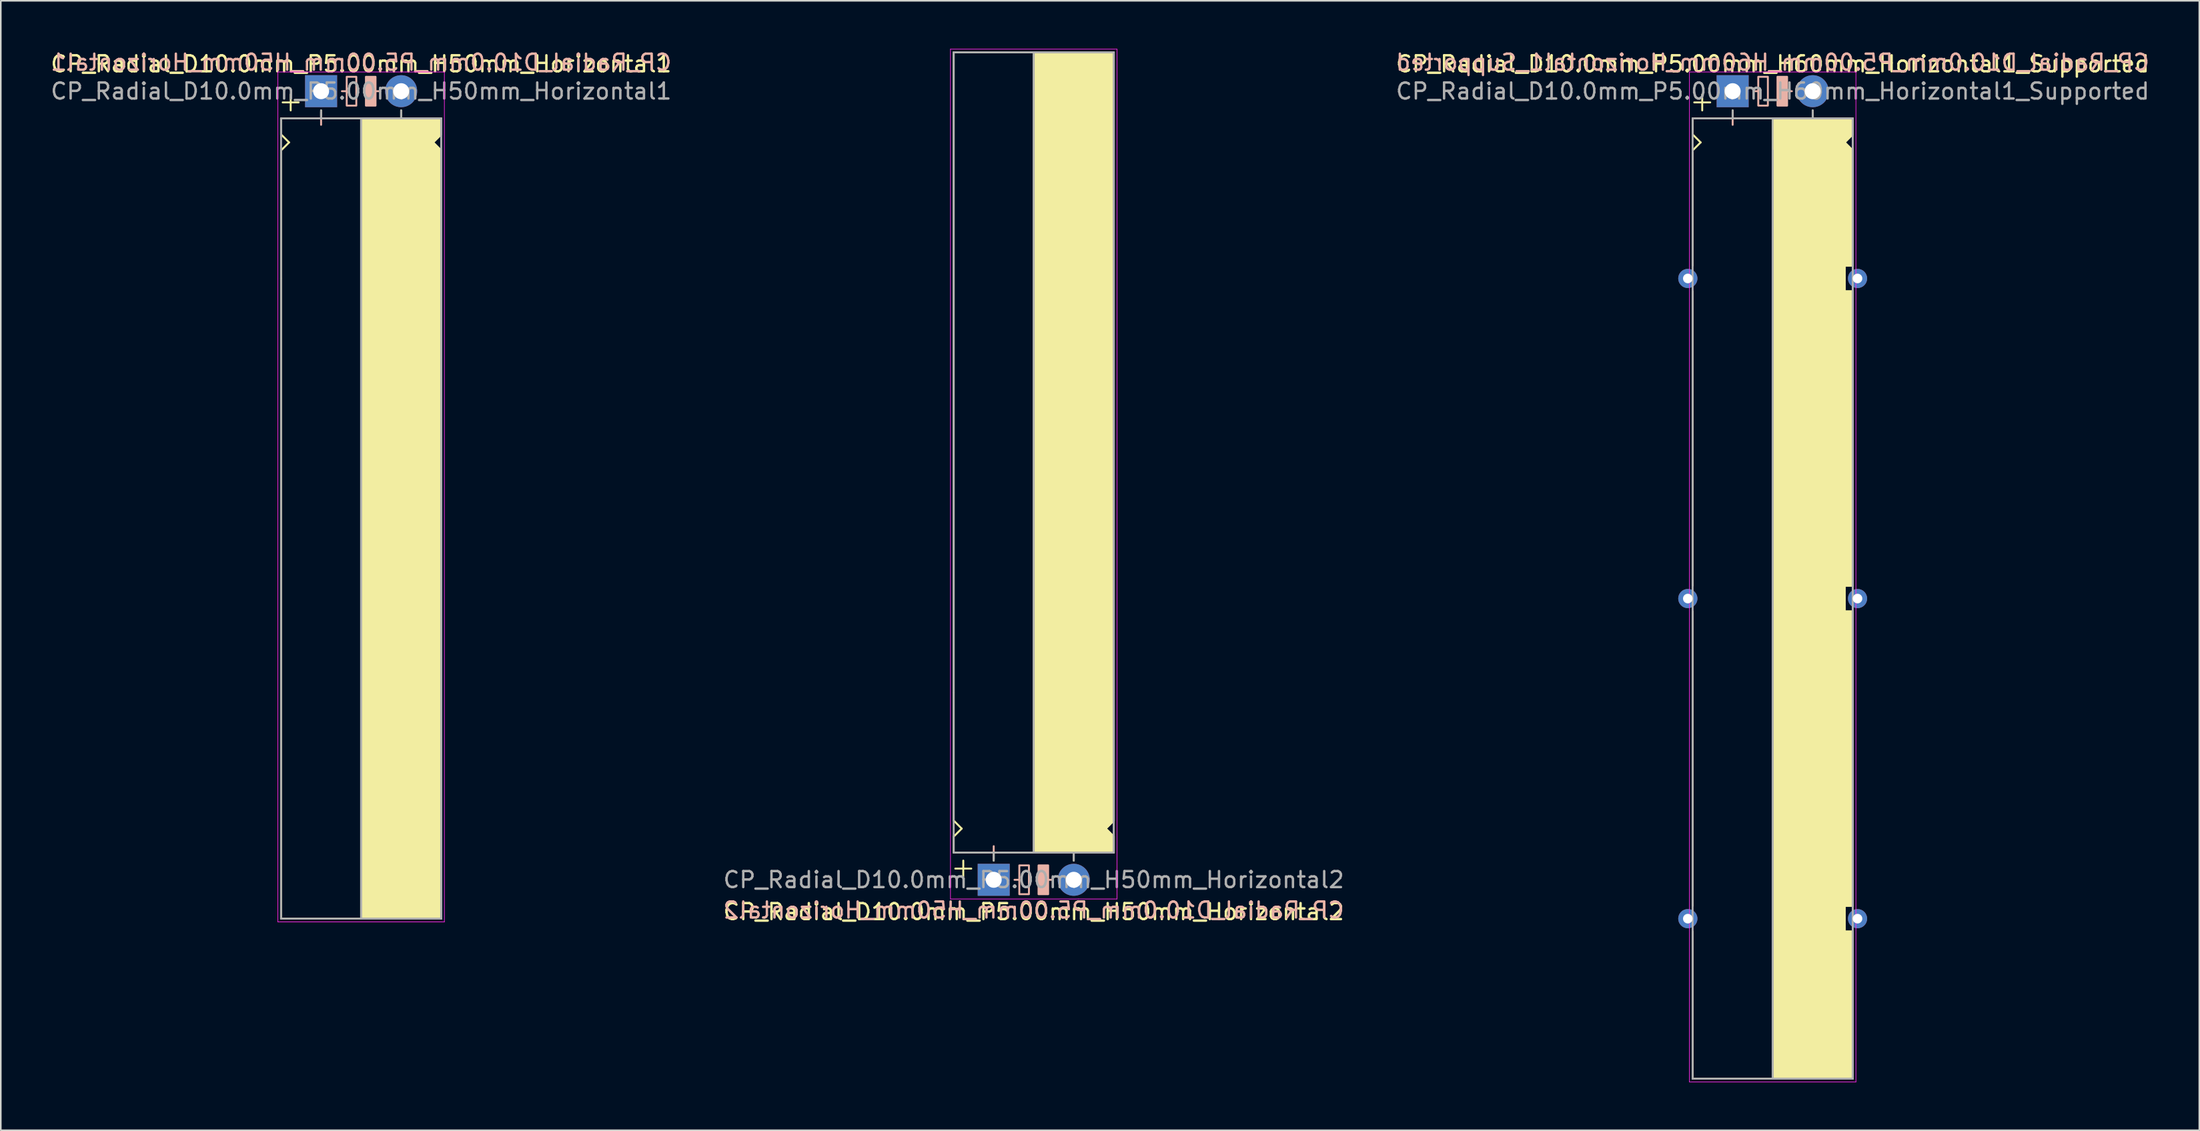
<source format=kicad_pcb>
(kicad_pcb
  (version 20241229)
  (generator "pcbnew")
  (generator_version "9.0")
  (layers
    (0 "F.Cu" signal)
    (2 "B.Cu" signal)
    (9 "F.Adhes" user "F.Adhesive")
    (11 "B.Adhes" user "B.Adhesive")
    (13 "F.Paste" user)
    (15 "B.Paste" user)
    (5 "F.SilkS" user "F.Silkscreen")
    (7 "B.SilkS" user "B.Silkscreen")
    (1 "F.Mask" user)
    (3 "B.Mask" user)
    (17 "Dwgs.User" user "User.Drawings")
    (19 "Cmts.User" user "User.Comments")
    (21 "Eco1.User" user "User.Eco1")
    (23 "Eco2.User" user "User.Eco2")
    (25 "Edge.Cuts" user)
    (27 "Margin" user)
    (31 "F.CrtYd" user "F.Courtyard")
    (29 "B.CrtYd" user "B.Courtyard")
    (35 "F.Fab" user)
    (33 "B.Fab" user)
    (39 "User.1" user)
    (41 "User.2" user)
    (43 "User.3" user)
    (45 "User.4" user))
  (footprint "CP_Radial_D10.0mm_P5.00mm_H50mm_Horizontal1"
    (layer "F.Cu")
    (at 17.006 2.648)
    (property "Reference" "CP_Radial_D10.0mm_P5.00mm_H50mm_Horizontal1" (at 2.5 -1.7 0) (layer "F.SilkS") (effects (font (size 1 1) (thickness 0.15))))
    (fp_line (start -2.5 1.7) (end -2.5 2.7) (stroke (width 0.12) (type solid)) (layer "F.SilkS"))
    (fp_line (start -2.5 2.7) (end -2 3.2) (stroke (width 0.12) (type solid)) (layer "F.SilkS"))
    (fp_line (start -2.5 3.7) (end -2.5 11.7) (stroke (width 0.12) (type solid)) (layer "F.SilkS"))
    (fp_line (start -2.5 11.7) (end -2.5 51.7) (stroke (width 0.12) (type solid)) (layer "F.SilkS"))
    (fp_line (start -2.5 51.7) (end 7.5 51.7) (stroke (width 0.12) (type solid)) (layer "F.SilkS"))
    (fp_line (start -2 3.2) (end -2.5 3.7) (stroke (width 0.12) (type solid)) (layer "F.SilkS"))
    (fp_line (start -1.9 0.2) (end -1.9 1.2) (stroke (width 0.12) (type solid)) (layer "F.SilkS"))
    (fp_line (start -1.4 0.7) (end -2.4 0.7) (stroke (width 0.12) (type solid)) (layer "F.SilkS"))
    (fp_line (start 0 1.7) (end 0 1.2) (stroke (width 0.12) (type solid)) (layer "F.SilkS"))
    (fp_line (start 2.5 1.7) (end -2.5 1.7) (stroke (width 0.12) (type solid)) (layer "F.SilkS"))
    (fp_line (start 2.5 51.7) (end 2.5 1.7) (stroke (width 0.12) (type solid)) (layer "F.SilkS"))
    (fp_line (start 5 1.7) (end 5 1.2) (stroke (width 0.12) (type solid)) (layer "F.SilkS"))
    (fp_line (start 7 3.2) (end 7.5 3.7) (stroke (width 0.12) (type solid)) (layer "F.SilkS"))
    (fp_line (start 7.5 1.7) (end 2.5 1.7) (stroke (width 0.12) (type solid)) (layer "F.SilkS"))
    (fp_line (start 7.5 1.7) (end 7.5 2.7) (stroke (width 0.12) (type solid)) (layer "F.SilkS"))
    (fp_line (start 7.5 2.7) (end 7 3.2) (stroke (width 0.12) (type solid)) (layer "F.SilkS"))
    (fp_line (start 7.5 3.7) (end 7.5 11.7) (stroke (width 0.12) (type solid)) (layer "F.SilkS"))
    (fp_line (start 7.5 11.7) (end 7.5 51.7) (stroke (width 0.12) (type solid)) (layer "F.SilkS"))
    (fp_poly (pts (xy 7.5 2.7) (xy 7 3.2) (xy 7.5 3.7) (xy 7.5 51.7) (xy 2.5 51.7) (xy 2.5 1.7) (xy 7.5 1.7)) (stroke (width 0.1) (type solid)) (fill yes) (layer "F.SilkS"))
    (fp_line (start 0 1.3) (end 0 2.1) (stroke (width 0.12) (type solid)) (layer "B.SilkS"))
    (fp_line (start 0.4 1.7) (end -0.4 1.7) (stroke (width 0.12) (type solid)) (layer "B.SilkS"))
    (fp_line (start 1.6 0) (end 1.3 0) (stroke (width 0.12) (type solid)) (layer "B.SilkS"))
    (fp_line (start 3.7 0) (end 3.4 0) (stroke (width 0.12) (type solid)) (layer "B.SilkS"))
    (fp_rect (start 2.2 -0.9) (end 1.6 0.9) (stroke (width 0.12) (type solid)) (fill no) (layer "B.SilkS"))
    (fp_rect (start 3.4 -0.9) (end 2.8 0.9) (stroke (width 0.12) (type solid)) (fill yes) (layer "B.SilkS"))
    (fp_line (start -2.7 -1.2) (end 5.3 -1.2) (stroke (width 0.04) (type solid)) (layer "F.CrtYd"))
    (fp_line (start -2.7 51.9) (end -2.7 -1.2) (stroke (width 0.04) (type solid)) (layer "F.CrtYd"))
    (fp_line (start 5.3 -1.2) (end 7.7 -1.2) (stroke (width 0.04) (type solid)) (layer "F.CrtYd"))
    (fp_line (start 7.7 -1.2) (end 7.7 51.9) (stroke (width 0.04) (type solid)) (layer "F.CrtYd"))
    (fp_line (start 7.7 51.9) (end -2.7 51.9) (stroke (width 0.04) (type solid)) (layer "F.CrtYd"))
    (fp_line (start -2.5 1.7) (end -2.5 51.7) (stroke (width 0.12) (type solid)) (layer "F.Fab"))
    (fp_line (start -2.5 51.7) (end 7.5 51.7) (stroke (width 0.12) (type solid)) (layer "F.Fab"))
    (fp_line (start 0 1.7) (end 0 1.2) (stroke (width 0.12) (type solid)) (layer "F.Fab"))
    (fp_line (start 2.5 1.7) (end 2.5 51.7) (stroke (width 0.12) (type solid)) (layer "F.Fab"))
    (fp_line (start 5 1.7) (end 5 1.2) (stroke (width 0.12) (type solid)) (layer "F.Fab"))
    (fp_line (start 7.5 1.7) (end -2.5 1.7) (stroke (width 0.12) (type solid)) (layer "F.Fab"))
    (fp_line (start 7.5 51.7) (end 7.5 1.7) (stroke (width 0.12) (type solid)) (layer "F.Fab"))
    (fp_poly (pts (xy 7.5 51.7) (xy 2.5 51.7) (xy 2.5 1.7) (xy 7.5 1.7)) (stroke (width 0.1) (type solid)) (fill no) (layer "F.Fab"))
    (fp_text user "${REFERENCE}" (at 2.5 -1.8 0) (layer "B.SilkS") (effects (font (size 1 1) (thickness 0.15)) (justify mirror)))
    (fp_text user "${REFERENCE}" (at 2.5 0 0) (layer "F.Fab") (effects (font (size 1 1) (thickness 0.15))))
    (pad "1" thru_hole rect (at 0 0) (size 2 2) (drill 1) (layers "*.Cu" "*.Mask"))
    (pad "2" thru_hole circle (at 5 0) (size 2 2) (drill 1) (layers "*.Cu" "*.Mask")))
  (footprint "CP_Radial_D10.0mm_P5.00mm_H50mm_Horizontal2"
    (layer "F.Cu")
    (at 59.018 51.92)
    (property "Reference" "CP_Radial_D10.0mm_P5.00mm_H50mm_Horizontal2" (at 2.5 2 0) (layer "F.SilkS") (effects (font (size 1 1) (thickness 0.15))))
    (fp_line (start -2.5 -51.7) (end 7.5 -51.7) (stroke (width 0.12) (type solid)) (layer "F.SilkS"))
    (fp_line (start -2.5 -11.7) (end -2.5 -51.7) (stroke (width 0.12) (type solid)) (layer "F.SilkS"))
    (fp_line (start -2.5 -3.7) (end -2.5 -11.7) (stroke (width 0.12) (type solid)) (layer "F.SilkS"))
    (fp_line (start -2.5 -2.7) (end -2 -3.2) (stroke (width 0.12) (type solid)) (layer "F.SilkS"))
    (fp_line (start -2.5 -1.7) (end -2.5 -2.7) (stroke (width 0.12) (type solid)) (layer "F.SilkS"))
    (fp_line (start -2 -3.2) (end -2.5 -3.7) (stroke (width 0.12) (type solid)) (layer "F.SilkS"))
    (fp_line (start -1.9 -1.2) (end -1.9 -0.2) (stroke (width 0.12) (type solid)) (layer "F.SilkS"))
    (fp_line (start -1.4 -0.7) (end -2.4 -0.7) (stroke (width 0.12) (type solid)) (layer "F.SilkS"))
    (fp_line (start 0 -1.7) (end 0 -1.2) (stroke (width 0.12) (type solid)) (layer "F.SilkS"))
    (fp_line (start 2.5 -51.7) (end 2.5 -1.7) (stroke (width 0.12) (type solid)) (layer "F.SilkS"))
    (fp_line (start 2.5 -1.7) (end -2.5 -1.7) (stroke (width 0.12) (type solid)) (layer "F.SilkS"))
    (fp_line (start 5 -1.7) (end 5 -1.2) (stroke (width 0.12) (type solid)) (layer "F.SilkS"))
    (fp_line (start 7 -3.2) (end 7.5 -3.7) (stroke (width 0.12) (type solid)) (layer "F.SilkS"))
    (fp_line (start 7.5 -11.7) (end 7.5 -51.7) (stroke (width 0.12) (type solid)) (layer "F.SilkS"))
    (fp_line (start 7.5 -3.7) (end 7.5 -11.7) (stroke (width 0.12) (type solid)) (layer "F.SilkS"))
    (fp_line (start 7.5 -2.7) (end 7 -3.2) (stroke (width 0.12) (type solid)) (layer "F.SilkS"))
    (fp_line (start 7.5 -1.7) (end 2.5 -1.7) (stroke (width 0.12) (type solid)) (layer "F.SilkS"))
    (fp_line (start 7.5 -1.7) (end 7.5 -2.7) (stroke (width 0.12) (type solid)) (layer "F.SilkS"))
    (fp_poly (pts (xy 7.5 -2.7) (xy 7 -3.2) (xy 7.5 -3.7) (xy 7.5 -51.7) (xy 2.5 -51.7) (xy 2.5 -1.7) (xy 7.5 -1.7)) (stroke (width 0.1) (type solid)) (fill yes) (layer "F.SilkS"))
    (fp_line (start 0 -2.1) (end 0 -1.3) (stroke (width 0.12) (type solid)) (layer "B.SilkS"))
    (fp_line (start 0.4 -1.7) (end -0.4 -1.7) (stroke (width 0.12) (type solid)) (layer "B.SilkS"))
    (fp_line (start 1.6 0) (end 1.3 0) (stroke (width 0.12) (type solid)) (layer "B.SilkS"))
    (fp_line (start 3.7 0) (end 3.4 0) (stroke (width 0.12) (type solid)) (layer "B.SilkS"))
    (fp_rect (start 2.2 -0.9) (end 1.6 0.9) (stroke (width 0.12) (type solid)) (fill no) (layer "B.SilkS"))
    (fp_rect (start 3.4 -0.9) (end 2.8 0.9) (stroke (width 0.12) (type solid)) (fill yes) (layer "B.SilkS"))
    (fp_line (start -2.7 -51.9) (end -2.7 1.2) (stroke (width 0.04) (type solid)) (layer "F.CrtYd"))
    (fp_line (start -2.7 1.2) (end 5.3 1.2) (stroke (width 0.04) (type solid)) (layer "F.CrtYd"))
    (fp_line (start 5.3 1.2) (end 7.7 1.2) (stroke (width 0.04) (type solid)) (layer "F.CrtYd"))
    (fp_line (start 7.7 -51.9) (end -2.7 -51.9) (stroke (width 0.04) (type solid)) (layer "F.CrtYd"))
    (fp_line (start 7.7 1.2) (end 7.7 -51.9) (stroke (width 0.04) (type solid)) (layer "F.CrtYd"))
    (fp_line (start -2.5 -51.7) (end 7.5 -51.7) (stroke (width 0.12) (type solid)) (layer "F.Fab"))
    (fp_line (start -2.5 -1.7) (end -2.5 -51.7) (stroke (width 0.12) (type solid)) (layer "F.Fab"))
    (fp_line (start 0 -1.7) (end 0 -1.2) (stroke (width 0.12) (type solid)) (layer "F.Fab"))
    (fp_line (start 2.5 -1.7) (end 2.5 -51.7) (stroke (width 0.12) (type solid)) (layer "F.Fab"))
    (fp_line (start 5 -1.7) (end 5 -1.2) (stroke (width 0.12) (type solid)) (layer "F.Fab"))
    (fp_line (start 7.5 -51.7) (end 7.5 -1.7) (stroke (width 0.12) (type solid)) (layer "F.Fab"))
    (fp_line (start 7.5 -1.7) (end -2.5 -1.7) (stroke (width 0.12) (type solid)) (layer "F.Fab"))
    (fp_poly (pts (xy 7.5 -51.7) (xy 2.5 -51.7) (xy 2.5 -1.7) (xy 7.5 -1.7)) (stroke (width 0.1) (type solid)) (fill no) (layer "F.Fab"))
    (fp_text user "${REFERENCE}" (at 2.5 1.9 0) (layer "B.SilkS") (effects (font (size 1 1) (thickness 0.15)) (justify mirror)))
    (fp_text user "${REFERENCE}" (at 2.5 0 0) (layer "F.Fab") (effects (font (size 1 1) (thickness 0.15))))
    (pad "1" thru_hole rect (at 0 0) (size 2 2) (drill 1) (layers "*.Cu" "*.Mask"))
    (pad "2" thru_hole circle (at 5 0) (size 2 2) (drill 1) (layers "*.Cu" "*.Mask")))
  (footprint "CP_Radial_D10.0mm_P5.00mm_H60mm_Horizontal1_Supported"
    (layer "F.Cu")
    (at 105.173 2.648)
    (property "Reference" "CP_Radial_D10.0mm_P5.00mm_H60mm_Horizontal1_Supported" (at 2.5 -1.7 0) (layer "F.SilkS") (effects (font (size 1 1) (thickness 0.15))))
    (fp_line (start -2.5 1.7) (end -2.5 2.7) (stroke (width 0.12) (type solid)) (layer "F.SilkS"))
    (fp_line (start -2.5 2.7) (end -2 3.2) (stroke (width 0.12) (type solid)) (layer "F.SilkS"))
    (fp_line (start -2.5 3.8) (end -2.5 10.9) (stroke (width 0.12) (type solid)) (layer "F.SilkS"))
    (fp_line (start -2.5 12.5) (end -2.5 30.9) (stroke (width 0.12) (type solid)) (layer "F.SilkS"))
    (fp_line (start -2.5 50.9) (end -2.5 32.5) (stroke (width 0.12) (type solid)) (layer "F.SilkS"))
    (fp_line (start -2.5 52.5) (end -2.5 61.7) (stroke (width 0.12) (type solid)) (layer "F.SilkS"))
    (fp_line (start -2.5 61.7) (end 7.5 61.7) (stroke (width 0.12) (type solid)) (layer "F.SilkS"))
    (fp_line (start -2 3.2) (end -2.5 3.7) (stroke (width 0.12) (type solid)) (layer "F.SilkS"))
    (fp_line (start -1.9 0.2) (end -1.9 1.2) (stroke (width 0.12) (type solid)) (layer "F.SilkS"))
    (fp_line (start -1.4 0.7) (end -2.4 0.7) (stroke (width 0.12) (type solid)) (layer "F.SilkS"))
    (fp_line (start 0 1.7) (end 0 1.2) (stroke (width 0.12) (type solid)) (layer "F.SilkS"))
    (fp_line (start 2.5 1.7) (end -2.5 1.7) (stroke (width 0.12) (type solid)) (layer "F.SilkS"))
    (fp_line (start 2.5 61.7) (end 2.5 1.7) (stroke (width 0.12) (type solid)) (layer "F.SilkS"))
    (fp_line (start 5 1.7) (end 5 1.2) (stroke (width 0.12) (type solid)) (layer "F.SilkS"))
    (fp_line (start 7 3.2) (end 7.5 3.7) (stroke (width 0.12) (type solid)) (layer "F.SilkS"))
    (fp_line (start 7 10.9) (end 7 12.5) (stroke (width 0.12) (type solid)) (layer "F.SilkS"))
    (fp_line (start 7 12.5) (end 7.5 12.5) (stroke (width 0.12) (type solid)) (layer "F.SilkS"))
    (fp_line (start 7 30.9) (end 7 32.5) (stroke (width 0.12) (type solid)) (layer "F.SilkS"))
    (fp_line (start 7 32.5) (end 7.5 32.5) (stroke (width 0.12) (type solid)) (layer "F.SilkS"))
    (fp_line (start 7 50.9) (end 7 52.5) (stroke (width 0.12) (type solid)) (layer "F.SilkS"))
    (fp_line (start 7 52.5) (end 7.5 52.5) (stroke (width 0.12) (type solid)) (layer "F.SilkS"))
    (fp_line (start 7.5 1.7) (end 2.5 1.7) (stroke (width 0.12) (type solid)) (layer "F.SilkS"))
    (fp_line (start 7.5 1.7) (end 7.5 2.7) (stroke (width 0.12) (type solid)) (layer "F.SilkS"))
    (fp_line (start 7.5 2.7) (end 7 3.2) (stroke (width 0.12) (type solid)) (layer "F.SilkS"))
    (fp_line (start 7.5 3.7) (end 7.5 10.9) (stroke (width 0.12) (type solid)) (layer "F.SilkS"))
    (fp_line (start 7.5 10.9) (end 7 10.9) (stroke (width 0.12) (type solid)) (layer "F.SilkS"))
    (fp_line (start 7.5 12.5) (end 7.5 30.9) (stroke (width 0.12) (type solid)) (layer "F.SilkS"))
    (fp_line (start 7.5 30.9) (end 7 30.9) (stroke (width 0.12) (type solid)) (layer "F.SilkS"))
    (fp_line (start 7.5 50.9) (end 7 50.9) (stroke (width 0.12) (type solid)) (layer "F.SilkS"))
    (fp_line (start 7.5 50.9) (end 7.5 32.5) (stroke (width 0.12) (type solid)) (layer "F.SilkS"))
    (fp_line (start 7.5 52.5) (end 7.5 61.7) (stroke (width 0.12) (type solid)) (layer "F.SilkS"))
    (fp_poly (pts (xy 7.5 2.7) (xy 7 3.2) (xy 7.5 3.7) (xy 7.5 10.9) (xy 7 10.9) (xy 7 12.5) (xy 7.5 12.5) (xy 7.5 30.9) (xy 7 30.9) (xy 7 32.5) (xy 7.5 32.5) (xy 7.5 50.9) (xy 7 50.9) (xy 7 52.5) (xy 7.5 52.5) (xy 7.5 61.7) (xy 2.5 61.7) (xy 2.5 1.7) (xy 7.5 1.7)) (stroke (width 0.1) (type solid)) (fill yes) (layer "F.SilkS"))
    (fp_line (start 0 1.3) (end 0 2.1) (stroke (width 0.12) (type solid)) (layer "B.SilkS"))
    (fp_line (start 0.4 1.7) (end -0.4 1.7) (stroke (width 0.12) (type solid)) (layer "B.SilkS"))
    (fp_line (start 1.6 0) (end 1.3 0) (stroke (width 0.12) (type solid)) (layer "B.SilkS"))
    (fp_line (start 3.7 0) (end 3.4 0) (stroke (width 0.12) (type solid)) (layer "B.SilkS"))
    (fp_rect (start 2.2 -0.9) (end 1.6 0.9) (stroke (width 0.12) (type solid)) (fill no) (layer "B.SilkS"))
    (fp_rect (start 3.4 -0.9) (end 2.8 0.9) (stroke (width 0.12) (type solid)) (fill yes) (layer "B.SilkS"))
    (fp_line (start -2.7 -1.2) (end 5.3 -1.2) (stroke (width 0.04) (type solid)) (layer "F.CrtYd"))
    (fp_line (start -2.7 61.9) (end -2.7 -1.2) (stroke (width 0.04) (type solid)) (layer "F.CrtYd"))
    (fp_line (start 5.3 -1.2) (end 7.7 -1.2) (stroke (width 0.04) (type solid)) (layer "F.CrtYd"))
    (fp_line (start 7.7 -1.2) (end 7.7 61.9) (stroke (width 0.04) (type solid)) (layer "F.CrtYd"))
    (fp_line (start 7.7 61.9) (end -2.7 61.9) (stroke (width 0.04) (type solid)) (layer "F.CrtYd"))
    (fp_line (start -2.5 1.7) (end -2.5 61.7) (stroke (width 0.12) (type solid)) (layer "F.Fab"))
    (fp_line (start -2.5 61.7) (end 7.5 61.7) (stroke (width 0.12) (type solid)) (layer "F.Fab"))
    (fp_line (start 0 1.7) (end 0 1.2) (stroke (width 0.12) (type solid)) (layer "F.Fab"))
    (fp_line (start 2.5 3.7) (end 2.5 61.7) (stroke (width 0.12) (type solid)) (layer "F.Fab"))
    (fp_line (start 5 1.7) (end 5 1.2) (stroke (width 0.12) (type solid)) (layer "F.Fab"))
    (fp_line (start 7.5 1.7) (end -2.5 1.7) (stroke (width 0.12) (type solid)) (layer "F.Fab"))
    (fp_line (start 7.5 61.7) (end 7.5 1.7) (stroke (width 0.12) (type solid)) (layer "F.Fab"))
    (fp_poly (pts (xy 7.5 61.7) (xy 2.5 61.7) (xy 2.5 1.7) (xy 7.5 1.7)) (stroke (width 0.1) (type solid)) (fill no) (layer "F.Fab"))
    (fp_text user "${REFERENCE}" (at 2.5 -1.8 0) (layer "B.SilkS") (effects (font (size 1 1) (thickness 0.15)) (justify mirror)))
    (fp_text user "${REFERENCE}" (at 2.5 0 0) (layer "F.Fab") (effects (font (size 1 1) (thickness 0.15))))
    (pad "1" thru_hole rect (at 0 0) (size 2 2) (drill 1) (layers "*.Cu" "*.Mask"))
    (pad "2" thru_hole circle (at 5 0) (size 2 2) (drill 1) (layers "*.Cu" "*.Mask"))
    (pad "~" thru_hole circle (at -2.8 11.7 180) (size 1.2 1.2) (drill 0.6) (layers "*.Cu" "*.Mask"))
    (pad "~" thru_hole circle (at -2.8 31.7 180) (size 1.2 1.2) (drill 0.6) (layers "*.Cu" "*.Mask"))
    (pad "~" thru_hole circle (at -2.8 51.7) (size 1.2 1.2) (drill 0.6) (layers "*.Cu" "*.Mask"))
    (pad "~" thru_hole circle (at 7.8 11.7) (size 1.2 1.2) (drill 0.6) (layers "*.Cu" "*.Mask"))
    (pad "~" thru_hole circle (at 7.8 31.7) (size 1.2 1.2) (drill 0.6) (layers "*.Cu" "*.Mask"))
    (pad "~" thru_hole circle (at 7.8 51.7) (size 1.2 1.2) (drill 0.6) (layers "*.Cu" "*.Mask")))
  (gr_rect
    (start -3 -3)
    (end 134.321 67.568)
    (stroke (width 0.1) (type default))
    (fill no)
    (layer "Edge.Cuts")))
</source>
